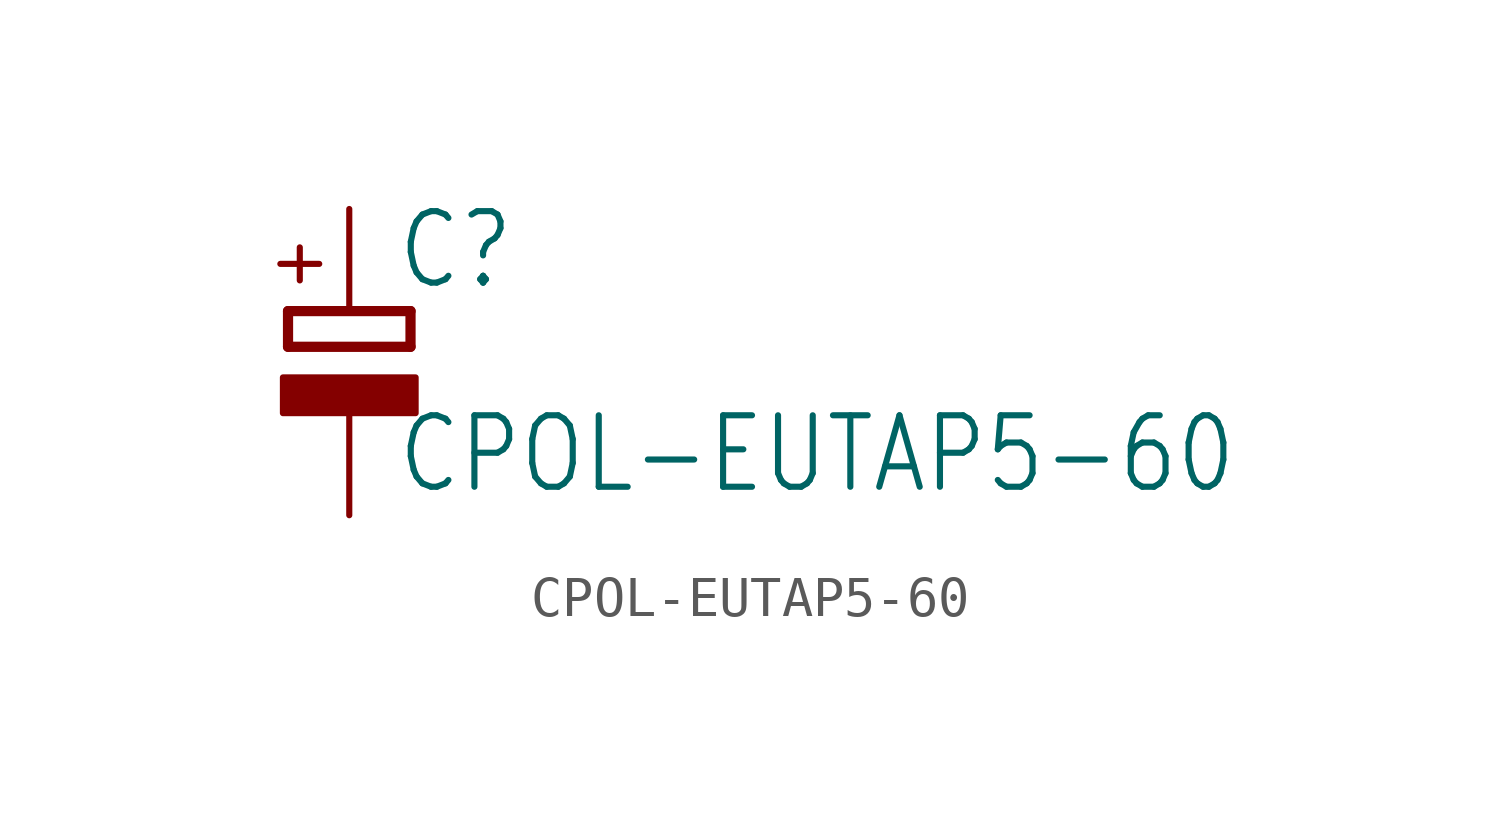
<source format=kicad_sym>
(kicad_symbol_lib
  (version 20211014)
  (generator kicad_symbol_editor)
  (symbol "CPOL-EUTAP5-60"
    (property "Reference" "C"
      (at 1.143 0.483 0)
      (effects (font (size 1.778 1.511)) (justify left bottom)))
    (property "Value" "CPOL-EUTAP5-60"
      (at 1.143 -4.597 0)
      (effects (font (size 1.778 1.511)) (justify left bottom)))
    (property "ki_locked" ""
      (at 0 0 0)
      (effects (font (size 1.27 1.27))))
    (symbol "CPOL-EUTAP5-60_1_0"
      (rectangle (start -1.651 -2.54) (end 1.651 -1.651) (stroke (width 0) (type default) (color 0 0 0 0)) (fill (type outline)))
      (polyline (pts (xy -1.524 -0.889) (xy 1.524 -0.889)) (stroke (width 0.254) (type default) (color 0 0 0 0)) (fill (type none)))
      (polyline (pts (xy -1.524 0) (xy -1.524 -0.889)) (stroke (width 0.254) (type default) (color 0 0 0 0)) (fill (type none)))
      (polyline (pts (xy -1.524 0) (xy 1.524 0)) (stroke (width 0.254) (type default) (color 0 0 0 0)) (fill (type none)))
      (polyline (pts (xy 1.524 -0.889) (xy 1.524 0)) (stroke (width 0.254) (type default) (color 0 0 0 0)) (fill (type none)))
      (text "+" (at -0.584 0.406 900) (effects (font (size 1.27 1.079)) (justify left bottom)))
      (pin passive line (at 0 2.54 270) (length 2.54) (name "+" (effects (font (size 0 0)))) (number "+" (effects (font (size 0 0)))))
      (pin passive line (at 0 -5.08 90) (length 2.54) (name "-" (effects (font (size 0 0)))) (number "-" (effects (font (size 0 0))))))))
</source>
